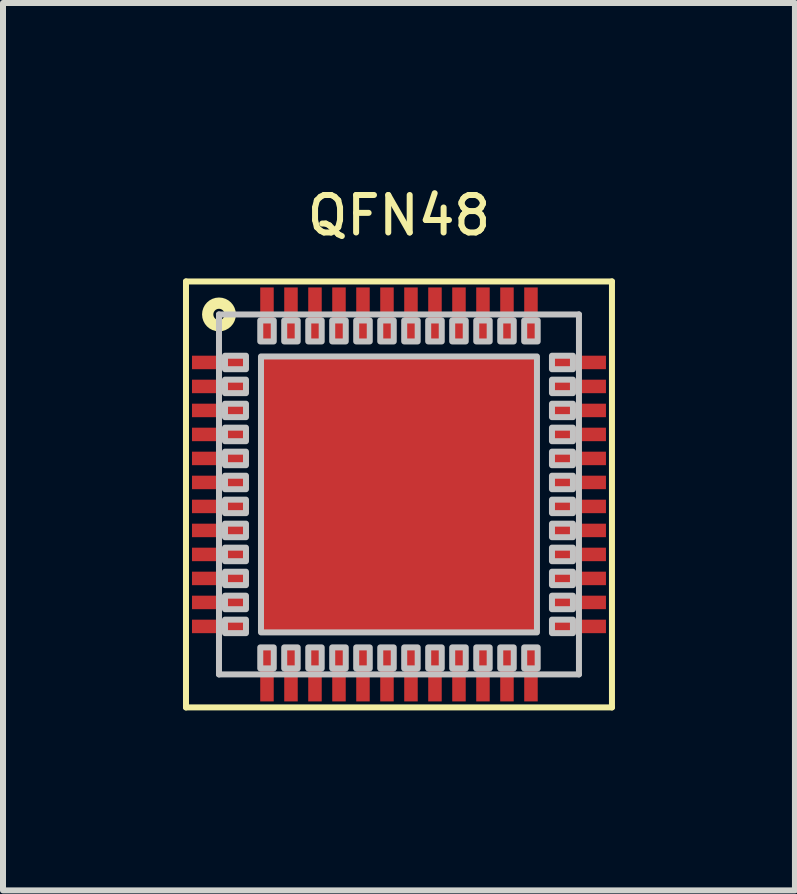
<source format=kicad_pcb>
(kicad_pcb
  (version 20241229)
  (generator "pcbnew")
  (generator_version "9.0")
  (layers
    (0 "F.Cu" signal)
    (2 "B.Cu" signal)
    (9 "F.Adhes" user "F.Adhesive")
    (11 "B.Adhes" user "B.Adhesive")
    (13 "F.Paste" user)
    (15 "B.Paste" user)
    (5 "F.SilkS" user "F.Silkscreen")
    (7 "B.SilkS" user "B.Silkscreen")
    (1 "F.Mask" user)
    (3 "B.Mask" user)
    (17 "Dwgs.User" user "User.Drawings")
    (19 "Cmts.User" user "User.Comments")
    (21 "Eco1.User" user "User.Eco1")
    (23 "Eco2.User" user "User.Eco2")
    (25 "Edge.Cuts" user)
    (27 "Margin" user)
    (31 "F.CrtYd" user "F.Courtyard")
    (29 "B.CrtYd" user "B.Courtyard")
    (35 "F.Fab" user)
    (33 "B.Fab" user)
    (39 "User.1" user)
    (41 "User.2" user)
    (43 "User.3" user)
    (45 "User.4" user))
  (footprint "QFN48"
    (layer "F.Cu")
    (at 3.6 5.191)
    (property "Reference" "QFN48" (at 0 -4.65 0) (layer "F.SilkS") (effects (font (size 0.625 0.625) (thickness 0.1))))
    (attr through_hole)
    (fp_line (start -3.55 -3.55) (end -3.55 3.55) (stroke (width 0.1) (type solid)) (layer "F.SilkS"))
    (fp_line (start -3.55 3.55) (end 3.55 3.55) (stroke (width 0.1) (type solid)) (layer "F.SilkS"))
    (fp_line (start 3.55 -3.55) (end -3.55 -3.55) (stroke (width 0.1) (type solid)) (layer "F.SilkS"))
    (fp_line (start 3.55 3.55) (end 3.55 -3.55) (stroke (width 0.1) (type solid)) (layer "F.SilkS"))
    (fp_circle (center -3 -3) (end -2.867 -2.867) (stroke (width 0.188) (type solid)) (fill no) (layer "F.SilkS"))
    (fp_line (start -3 -3) (end -3 3) (stroke (width 0.1) (type solid)) (layer "Dwgs.User"))
    (fp_line (start -3 3) (end 3 3) (stroke (width 0.1) (type solid)) (layer "Dwgs.User"))
    (fp_line (start 3 -3) (end -3 -3) (stroke (width 0.1) (type solid)) (layer "Dwgs.User"))
    (fp_line (start 3 3) (end 3 -3) (stroke (width 0.1) (type solid)) (layer "Dwgs.User"))
    (fp_poly (pts (xy -2.9 -2.312) (xy -2.9 -2.087) (xy -2.55 -2.087) (xy -2.55 -2.312) (xy -2.9 -2.312)) (stroke (width 0.1) (type solid)) (fill no) (layer "Dwgs.User"))
    (fp_poly (pts (xy -2.9 -1.913) (xy -2.9 -1.688) (xy -2.55 -1.688) (xy -2.55 -1.913) (xy -2.9 -1.913)) (stroke (width 0.1) (type solid)) (fill no) (layer "Dwgs.User"))
    (fp_poly (pts (xy -2.9 -1.512) (xy -2.9 -1.288) (xy -2.55 -1.288) (xy -2.55 -1.512) (xy -2.9 -1.512)) (stroke (width 0.1) (type solid)) (fill no) (layer "Dwgs.User"))
    (fp_poly (pts (xy -2.9 -1.113) (xy -2.9 -0.887) (xy -2.55 -0.887) (xy -2.55 -1.113) (xy -2.9 -1.113)) (stroke (width 0.1) (type solid)) (fill no) (layer "Dwgs.User"))
    (fp_poly (pts (xy -2.9 -0.713) (xy -2.9 -0.487) (xy -2.55 -0.487) (xy -2.55 -0.713) (xy -2.9 -0.713)) (stroke (width 0.1) (type solid)) (fill no) (layer "Dwgs.User"))
    (fp_poly (pts (xy -2.9 -0.312) (xy -2.9 -0.087) (xy -2.55 -0.087) (xy -2.55 -0.312) (xy -2.9 -0.312)) (stroke (width 0.1) (type solid)) (fill no) (layer "Dwgs.User"))
    (fp_poly (pts (xy -2.9 0.087) (xy -2.9 0.312) (xy -2.55 0.312) (xy -2.55 0.087) (xy -2.9 0.087)) (stroke (width 0.1) (type solid)) (fill no) (layer "Dwgs.User"))
    (fp_poly (pts (xy -2.9 0.487) (xy -2.9 0.713) (xy -2.55 0.713) (xy -2.55 0.487) (xy -2.9 0.487)) (stroke (width 0.1) (type solid)) (fill no) (layer "Dwgs.User"))
    (fp_poly (pts (xy -2.9 0.887) (xy -2.9 1.113) (xy -2.55 1.113) (xy -2.55 0.887) (xy -2.9 0.887)) (stroke (width 0.1) (type solid)) (fill no) (layer "Dwgs.User"))
    (fp_poly (pts (xy -2.9 1.288) (xy -2.9 1.512) (xy -2.55 1.512) (xy -2.55 1.288) (xy -2.9 1.288)) (stroke (width 0.1) (type solid)) (fill no) (layer "Dwgs.User"))
    (fp_poly (pts (xy -2.9 1.688) (xy -2.9 1.913) (xy -2.55 1.913) (xy -2.55 1.688) (xy -2.9 1.688)) (stroke (width 0.1) (type solid)) (fill no) (layer "Dwgs.User"))
    (fp_poly (pts (xy -2.9 2.087) (xy -2.9 2.312) (xy -2.55 2.312) (xy -2.55 2.087) (xy -2.9 2.087)) (stroke (width 0.1) (type solid)) (fill no) (layer "Dwgs.User"))
    (fp_poly (pts (xy -2.312 -2.9) (xy -2.312 -2.55) (xy -2.087 -2.55) (xy -2.087 -2.9) (xy -2.312 -2.9)) (stroke (width 0.1) (type solid)) (fill no) (layer "Dwgs.User"))
    (fp_poly (pts (xy -2.312 2.55) (xy -2.312 2.9) (xy -2.087 2.9) (xy -2.087 2.55) (xy -2.312 2.55)) (stroke (width 0.1) (type solid)) (fill no) (layer "Dwgs.User"))
    (fp_poly (pts (xy -2.3 -2.3) (xy -2.3 2.3) (xy 2.3 2.3) (xy 2.3 -2.3) (xy -2.3 -2.3)) (stroke (width 0.1) (type solid)) (fill no) (layer "Dwgs.User"))
    (fp_poly (pts (xy -1.913 -2.9) (xy -1.913 -2.55) (xy -1.688 -2.55) (xy -1.688 -2.9) (xy -1.913 -2.9)) (stroke (width 0.1) (type solid)) (fill no) (layer "Dwgs.User"))
    (fp_poly (pts (xy -1.913 2.55) (xy -1.913 2.9) (xy -1.688 2.9) (xy -1.688 2.55) (xy -1.913 2.55)) (stroke (width 0.1) (type solid)) (fill no) (layer "Dwgs.User"))
    (fp_poly (pts (xy -1.512 -2.9) (xy -1.512 -2.55) (xy -1.288 -2.55) (xy -1.288 -2.9) (xy -1.512 -2.9)) (stroke (width 0.1) (type solid)) (fill no) (layer "Dwgs.User"))
    (fp_poly (pts (xy -1.512 2.55) (xy -1.512 2.9) (xy -1.288 2.9) (xy -1.288 2.55) (xy -1.512 2.55)) (stroke (width 0.1) (type solid)) (fill no) (layer "Dwgs.User"))
    (fp_poly (pts (xy -1.113 -2.9) (xy -1.113 -2.55) (xy -0.887 -2.55) (xy -0.887 -2.9) (xy -1.113 -2.9)) (stroke (width 0.1) (type solid)) (fill no) (layer "Dwgs.User"))
    (fp_poly (pts (xy -1.113 2.55) (xy -1.113 2.9) (xy -0.887 2.9) (xy -0.887 2.55) (xy -1.113 2.55)) (stroke (width 0.1) (type solid)) (fill no) (layer "Dwgs.User"))
    (fp_poly (pts (xy -0.713 -2.9) (xy -0.713 -2.55) (xy -0.487 -2.55) (xy -0.487 -2.9) (xy -0.713 -2.9)) (stroke (width 0.1) (type solid)) (fill no) (layer "Dwgs.User"))
    (fp_poly (pts (xy -0.713 2.55) (xy -0.713 2.9) (xy -0.487 2.9) (xy -0.487 2.55) (xy -0.713 2.55)) (stroke (width 0.1) (type solid)) (fill no) (layer "Dwgs.User"))
    (fp_poly (pts (xy -0.312 -2.9) (xy -0.312 -2.55) (xy -0.087 -2.55) (xy -0.087 -2.9) (xy -0.312 -2.9)) (stroke (width 0.1) (type solid)) (fill no) (layer "Dwgs.User"))
    (fp_poly (pts (xy -0.312 2.55) (xy -0.312 2.9) (xy -0.087 2.9) (xy -0.087 2.55) (xy -0.312 2.55)) (stroke (width 0.1) (type solid)) (fill no) (layer "Dwgs.User"))
    (fp_poly (pts (xy 0.087 -2.9) (xy 0.087 -2.55) (xy 0.312 -2.55) (xy 0.312 -2.9) (xy 0.087 -2.9)) (stroke (width 0.1) (type solid)) (fill no) (layer "Dwgs.User"))
    (fp_poly (pts (xy 0.087 2.55) (xy 0.087 2.9) (xy 0.312 2.9) (xy 0.312 2.55) (xy 0.087 2.55)) (stroke (width 0.1) (type solid)) (fill no) (layer "Dwgs.User"))
    (fp_poly (pts (xy 0.487 -2.9) (xy 0.487 -2.55) (xy 0.713 -2.55) (xy 0.713 -2.9) (xy 0.487 -2.9)) (stroke (width 0.1) (type solid)) (fill no) (layer "Dwgs.User"))
    (fp_poly (pts (xy 0.487 2.55) (xy 0.487 2.9) (xy 0.713 2.9) (xy 0.713 2.55) (xy 0.487 2.55)) (stroke (width 0.1) (type solid)) (fill no) (layer "Dwgs.User"))
    (fp_poly (pts (xy 0.887 -2.9) (xy 0.887 -2.55) (xy 1.113 -2.55) (xy 1.113 -2.9) (xy 0.887 -2.9)) (stroke (width 0.1) (type solid)) (fill no) (layer "Dwgs.User"))
    (fp_poly (pts (xy 0.887 2.55) (xy 0.887 2.9) (xy 1.113 2.9) (xy 1.113 2.55) (xy 0.887 2.55)) (stroke (width 0.1) (type solid)) (fill no) (layer "Dwgs.User"))
    (fp_poly (pts (xy 1.288 -2.9) (xy 1.288 -2.55) (xy 1.512 -2.55) (xy 1.512 -2.9) (xy 1.288 -2.9)) (stroke (width 0.1) (type solid)) (fill no) (layer "Dwgs.User"))
    (fp_poly (pts (xy 1.288 2.55) (xy 1.288 2.9) (xy 1.512 2.9) (xy 1.512 2.55) (xy 1.288 2.55)) (stroke (width 0.1) (type solid)) (fill no) (layer "Dwgs.User"))
    (fp_poly (pts (xy 1.688 -2.9) (xy 1.688 -2.55) (xy 1.913 -2.55) (xy 1.913 -2.9) (xy 1.688 -2.9)) (stroke (width 0.1) (type solid)) (fill no) (layer "Dwgs.User"))
    (fp_poly (pts (xy 1.688 2.55) (xy 1.688 2.9) (xy 1.913 2.9) (xy 1.913 2.55) (xy 1.688 2.55)) (stroke (width 0.1) (type solid)) (fill no) (layer "Dwgs.User"))
    (fp_poly (pts (xy 2.087 -2.9) (xy 2.087 -2.55) (xy 2.312 -2.55) (xy 2.312 -2.9) (xy 2.087 -2.9)) (stroke (width 0.1) (type solid)) (fill no) (layer "Dwgs.User"))
    (fp_poly (pts (xy 2.087 2.55) (xy 2.087 2.9) (xy 2.312 2.9) (xy 2.312 2.55) (xy 2.087 2.55)) (stroke (width 0.1) (type solid)) (fill no) (layer "Dwgs.User"))
    (fp_poly (pts (xy 2.55 -2.312) (xy 2.55 -2.087) (xy 2.9 -2.087) (xy 2.9 -2.312) (xy 2.55 -2.312)) (stroke (width 0.1) (type solid)) (fill no) (layer "Dwgs.User"))
    (fp_poly (pts (xy 2.55 -1.913) (xy 2.55 -1.688) (xy 2.9 -1.688) (xy 2.9 -1.913) (xy 2.55 -1.913)) (stroke (width 0.1) (type solid)) (fill no) (layer "Dwgs.User"))
    (fp_poly (pts (xy 2.55 -1.512) (xy 2.55 -1.288) (xy 2.9 -1.288) (xy 2.9 -1.512) (xy 2.55 -1.512)) (stroke (width 0.1) (type solid)) (fill no) (layer "Dwgs.User"))
    (fp_poly (pts (xy 2.55 -1.113) (xy 2.55 -0.887) (xy 2.9 -0.887) (xy 2.9 -1.113) (xy 2.55 -1.113)) (stroke (width 0.1) (type solid)) (fill no) (layer "Dwgs.User"))
    (fp_poly (pts (xy 2.55 -0.713) (xy 2.55 -0.487) (xy 2.9 -0.487) (xy 2.9 -0.713) (xy 2.55 -0.713)) (stroke (width 0.1) (type solid)) (fill no) (layer "Dwgs.User"))
    (fp_poly (pts (xy 2.55 -0.312) (xy 2.55 -0.087) (xy 2.9 -0.087) (xy 2.9 -0.312) (xy 2.55 -0.312)) (stroke (width 0.1) (type solid)) (fill no) (layer "Dwgs.User"))
    (fp_poly (pts (xy 2.55 0.087) (xy 2.55 0.312) (xy 2.9 0.312) (xy 2.9 0.087) (xy 2.55 0.087)) (stroke (width 0.1) (type solid)) (fill no) (layer "Dwgs.User"))
    (fp_poly (pts (xy 2.55 0.487) (xy 2.55 0.713) (xy 2.9 0.713) (xy 2.9 0.487) (xy 2.55 0.487)) (stroke (width 0.1) (type solid)) (fill no) (layer "Dwgs.User"))
    (fp_poly (pts (xy 2.55 0.887) (xy 2.55 1.113) (xy 2.9 1.113) (xy 2.9 0.887) (xy 2.55 0.887)) (stroke (width 0.1) (type solid)) (fill no) (layer "Dwgs.User"))
    (fp_poly (pts (xy 2.55 1.288) (xy 2.55 1.512) (xy 2.9 1.512) (xy 2.9 1.288) (xy 2.55 1.288)) (stroke (width 0.1) (type solid)) (fill no) (layer "Dwgs.User"))
    (fp_poly (pts (xy 2.55 1.688) (xy 2.55 1.913) (xy 2.9 1.913) (xy 2.9 1.688) (xy 2.55 1.688)) (stroke (width 0.1) (type solid)) (fill no) (layer "Dwgs.User"))
    (fp_poly (pts (xy 2.55 2.087) (xy 2.55 2.312) (xy 2.9 2.312) (xy 2.9 2.087) (xy 2.55 2.087)) (stroke (width 0.1) (type solid)) (fill no) (layer "Dwgs.User"))
    (pad "0" smd rect (at 0 0) (size 4.6 4.6) (layers "F.Cu" "F.Mask" "F.Paste"))
    (pad "1" smd rect (at -3 -2.2 180) (size 0.9 0.225) (layers "F.Cu" "F.Mask" "F.Paste"))
    (pad "2" smd rect (at -3 -1.8 180) (size 0.9 0.225) (layers "F.Cu" "F.Mask" "F.Paste"))
    (pad "3" smd rect (at -3 -1.4 180) (size 0.9 0.225) (layers "F.Cu" "F.Mask" "F.Paste"))
    (pad "4" smd rect (at -3 -1 180) (size 0.9 0.225) (layers "F.Cu" "F.Mask" "F.Paste"))
    (pad "5" smd rect (at -3 -0.6 180) (size 0.9 0.225) (layers "F.Cu" "F.Mask" "F.Paste"))
    (pad "6" smd rect (at -3 -0.2 180) (size 0.9 0.225) (layers "F.Cu" "F.Mask" "F.Paste"))
    (pad "7" smd rect (at -3 0.2 180) (size 0.9 0.225) (layers "F.Cu" "F.Mask" "F.Paste"))
    (pad "8" smd rect (at -3 0.6 180) (size 0.9 0.225) (layers "F.Cu" "F.Mask" "F.Paste"))
    (pad "9" smd rect (at -3 1 180) (size 0.9 0.225) (layers "F.Cu" "F.Mask" "F.Paste"))
    (pad "10" smd rect (at -3 1.4 180) (size 0.9 0.225) (layers "F.Cu" "F.Mask" "F.Paste"))
    (pad "11" smd rect (at -3 1.8 180) (size 0.9 0.225) (layers "F.Cu" "F.Mask" "F.Paste"))
    (pad "12" smd rect (at -3 2.2 180) (size 0.9 0.225) (layers "F.Cu" "F.Mask" "F.Paste"))
    (pad "13" smd rect (at -2.2 3 90) (size 0.9 0.225) (layers "F.Cu" "F.Mask" "F.Paste"))
    (pad "14" smd rect (at -1.8 3 90) (size 0.9 0.225) (layers "F.Cu" "F.Mask" "F.Paste"))
    (pad "15" smd rect (at -1.4 3 90) (size 0.9 0.225) (layers "F.Cu" "F.Mask" "F.Paste"))
    (pad "16" smd rect (at -1 3 90) (size 0.9 0.225) (layers "F.Cu" "F.Mask" "F.Paste"))
    (pad "17" smd rect (at -0.6 3 90) (size 0.9 0.225) (layers "F.Cu" "F.Mask" "F.Paste"))
    (pad "18" smd rect (at -0.2 3 90) (size 0.9 0.225) (layers "F.Cu" "F.Mask" "F.Paste"))
    (pad "19" smd rect (at 0.2 3 90) (size 0.9 0.225) (layers "F.Cu" "F.Mask" "F.Paste"))
    (pad "20" smd rect (at 0.6 3 90) (size 0.9 0.225) (layers "F.Cu" "F.Mask" "F.Paste"))
    (pad "21" smd rect (at 1 3 90) (size 0.9 0.225) (layers "F.Cu" "F.Mask" "F.Paste"))
    (pad "22" smd rect (at 1.4 3 90) (size 0.9 0.225) (layers "F.Cu" "F.Mask" "F.Paste"))
    (pad "23" smd rect (at 1.8 3 90) (size 0.9 0.225) (layers "F.Cu" "F.Mask" "F.Paste"))
    (pad "24" smd rect (at 2.2 3 90) (size 0.9 0.225) (layers "F.Cu" "F.Mask" "F.Paste"))
    (pad "25" smd rect (at 3 2.2) (size 0.9 0.225) (layers "F.Cu" "F.Mask" "F.Paste"))
    (pad "26" smd rect (at 3 1.8) (size 0.9 0.225) (layers "F.Cu" "F.Mask" "F.Paste"))
    (pad "27" smd rect (at 3 1.4) (size 0.9 0.225) (layers "F.Cu" "F.Mask" "F.Paste"))
    (pad "28" smd rect (at 3 1) (size 0.9 0.225) (layers "F.Cu" "F.Mask" "F.Paste"))
    (pad "29" smd rect (at 3 0.6) (size 0.9 0.225) (layers "F.Cu" "F.Mask" "F.Paste"))
    (pad "30" smd rect (at 3 0.2) (size 0.9 0.225) (layers "F.Cu" "F.Mask" "F.Paste"))
    (pad "31" smd rect (at 3 -0.2) (size 0.9 0.225) (layers "F.Cu" "F.Mask" "F.Paste"))
    (pad "32" smd rect (at 3 -0.6) (size 0.9 0.225) (layers "F.Cu" "F.Mask" "F.Paste"))
    (pad "33" smd rect (at 3 -1) (size 0.9 0.225) (layers "F.Cu" "F.Mask" "F.Paste"))
    (pad "34" smd rect (at 3 -1.4) (size 0.9 0.225) (layers "F.Cu" "F.Mask" "F.Paste"))
    (pad "35" smd rect (at 3 -1.8) (size 0.9 0.225) (layers "F.Cu" "F.Mask" "F.Paste"))
    (pad "36" smd rect (at 3 -2.2) (size 0.9 0.225) (layers "F.Cu" "F.Mask" "F.Paste"))
    (pad "37" smd rect (at 2.2 -3 270) (size 0.9 0.225) (layers "F.Cu" "F.Mask" "F.Paste"))
    (pad "38" smd rect (at 1.8 -3 270) (size 0.9 0.225) (layers "F.Cu" "F.Mask" "F.Paste"))
    (pad "39" smd rect (at 1.4 -3 270) (size 0.9 0.225) (layers "F.Cu" "F.Mask" "F.Paste"))
    (pad "40" smd rect (at 1 -3 270) (size 0.9 0.225) (layers "F.Cu" "F.Mask" "F.Paste"))
    (pad "41" smd rect (at 0.6 -3 270) (size 0.9 0.225) (layers "F.Cu" "F.Mask" "F.Paste"))
    (pad "42" smd rect (at 0.2 -3 270) (size 0.9 0.225) (layers "F.Cu" "F.Mask" "F.Paste"))
    (pad "43" smd rect (at -0.2 -3 270) (size 0.9 0.225) (layers "F.Cu" "F.Mask" "F.Paste"))
    (pad "44" smd rect (at -0.6 -3 270) (size 0.9 0.225) (layers "F.Cu" "F.Mask" "F.Paste"))
    (pad "45" smd rect (at -1 -3 270) (size 0.9 0.225) (layers "F.Cu" "F.Mask" "F.Paste"))
    (pad "46" smd rect (at -1.4 -3 270) (size 0.9 0.225) (layers "F.Cu" "F.Mask" "F.Paste"))
    (pad "47" smd rect (at -1.8 -3 270) (size 0.9 0.225) (layers "F.Cu" "F.Mask" "F.Paste"))
    (pad "48" smd rect (at -2.2 -3 270) (size 0.9 0.225) (layers "F.Cu" "F.Mask" "F.Paste")))
  (gr_rect
    (start -3 -3)
    (end 10.2 11.791)
    (stroke (width 0.1) (type default))
    (fill no)
    (layer "Edge.Cuts")))
</source>
